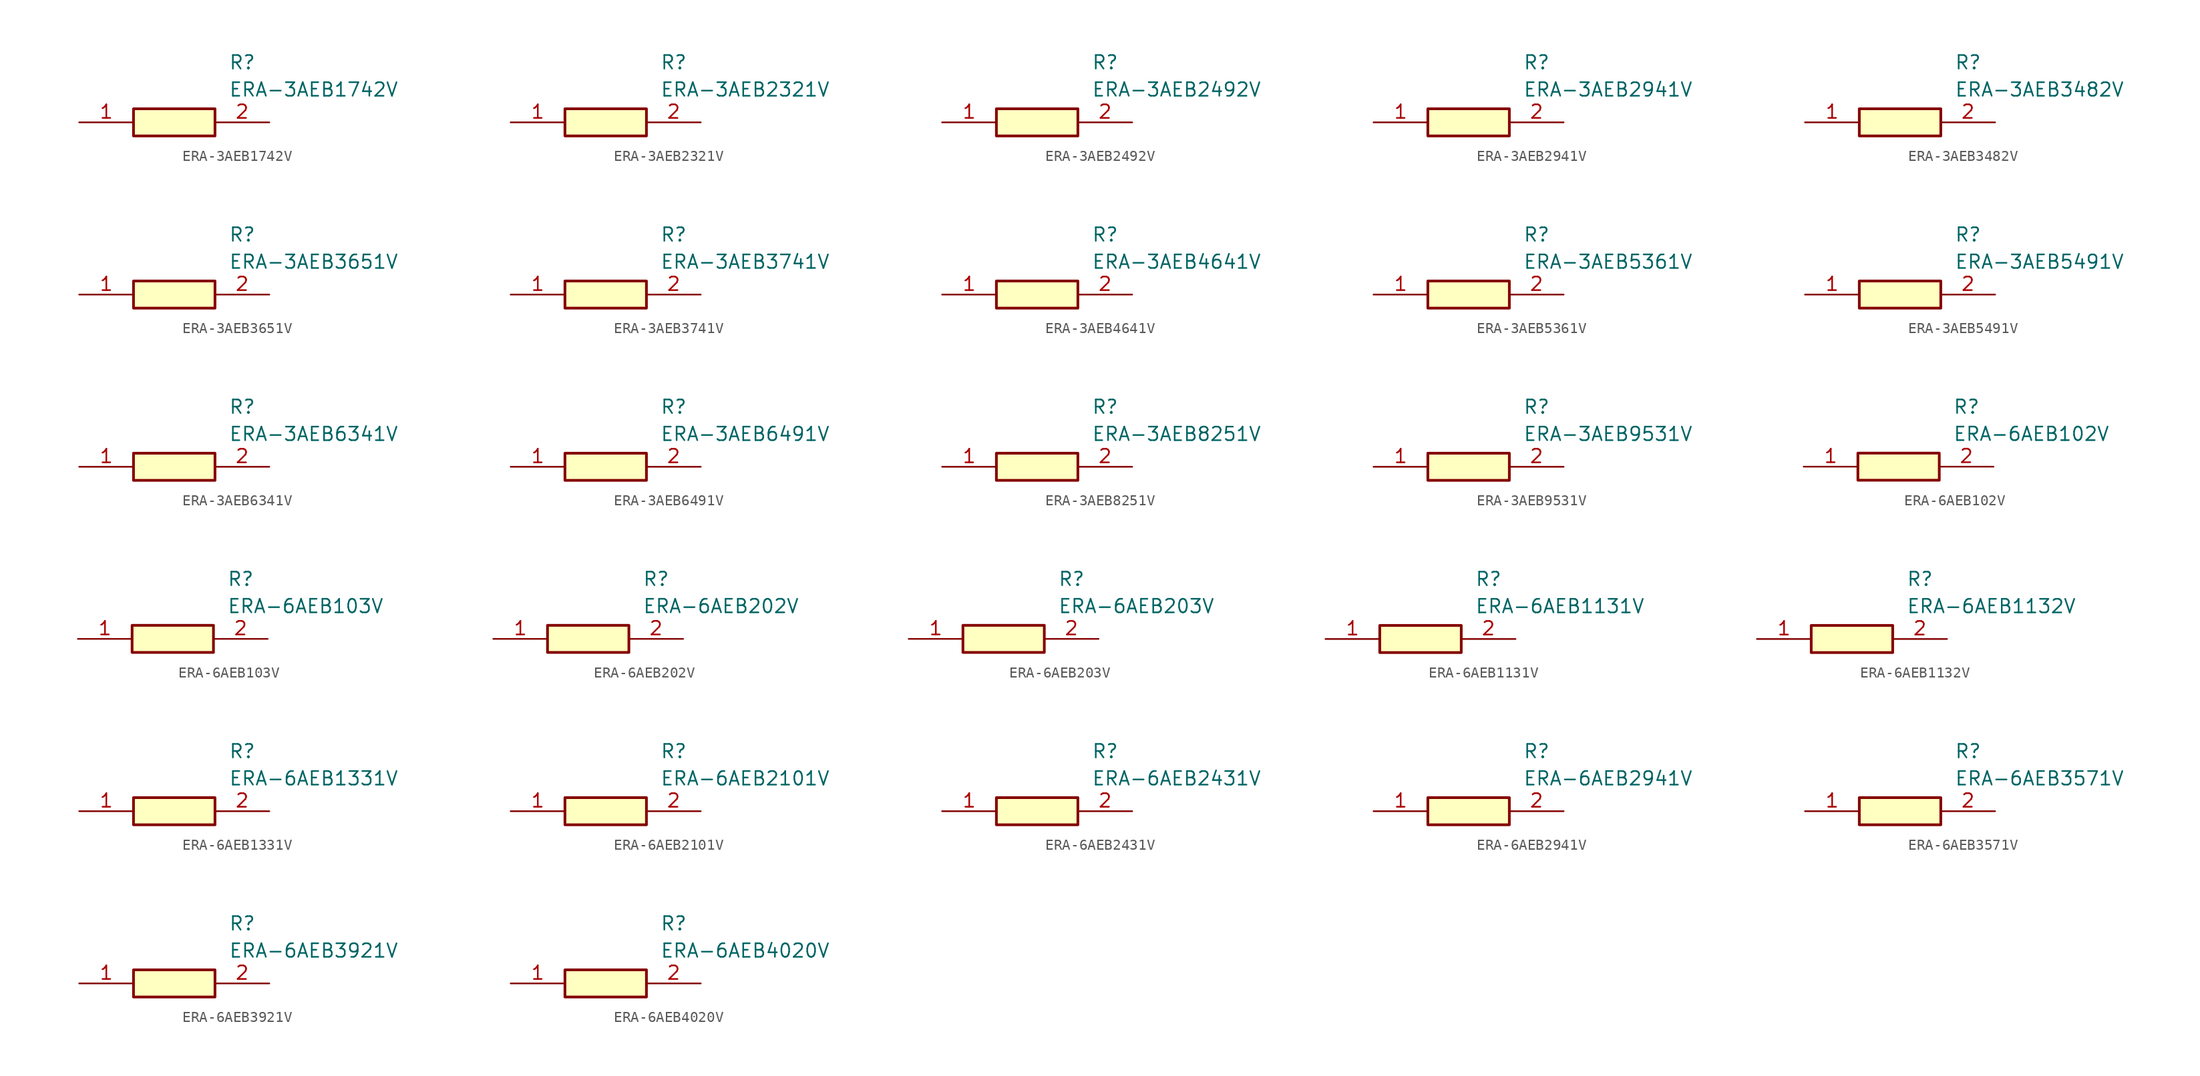
<source format=kicad_sym>
(kicad_symbol_lib
  (version 20231120)
  (generator "kicad_symbol_editor")
  (generator_version "8.0")
  (symbol "ERA-3AEB1742V"
    (pin_names hide)
    (property "Reference" "R"
      (at 13.97 6.35 0)
      (effects (font (size 1.27 1.27)) (justify left top)))
    (property "Value" "ERA-3AEB1742V"
      (at 13.97 3.81 0)
      (effects (font (size 1.27 1.27)) (justify left top)))
    (symbol "ERA-3AEB1742V_1_1"
      (rectangle (start 5.08 1.27) (end 12.7 -1.27) (stroke (width 0.254) (type default)) (fill (type background)))
      (pin passive line (at 0 0 0) (length 5.08) (name "1" (effects (font (size 1.27 1.27)))) (number "1" (effects (font (size 1.27 1.27)))))
      (pin passive line (at 17.78 0 180) (length 5.08) (name "2" (effects (font (size 1.27 1.27)))) (number "2" (effects (font (size 1.27 1.27)))))))
  (symbol "ERA-3AEB2321V"
    (pin_names hide)
    (property "Reference" "R"
      (at 13.97 6.35 0)
      (effects (font (size 1.27 1.27)) (justify left top)))
    (property "Value" "ERA-3AEB2321V"
      (at 13.97 3.81 0)
      (effects (font (size 1.27 1.27)) (justify left top)))
    (symbol "ERA-3AEB2321V_1_1"
      (rectangle (start 5.08 1.27) (end 12.7 -1.27) (stroke (width 0.254) (type default)) (fill (type background)))
      (pin passive line (at 0 0 0) (length 5.08) (name "1" (effects (font (size 1.27 1.27)))) (number "1" (effects (font (size 1.27 1.27)))))
      (pin passive line (at 17.78 0 180) (length 5.08) (name "2" (effects (font (size 1.27 1.27)))) (number "2" (effects (font (size 1.27 1.27)))))))
  (symbol "ERA-3AEB2492V"
    (pin_names hide)
    (property "Reference" "R"
      (at 13.97 6.35 0)
      (effects (font (size 1.27 1.27)) (justify left top)))
    (property "Value" "ERA-3AEB2492V"
      (at 13.97 3.81 0)
      (effects (font (size 1.27 1.27)) (justify left top)))
    (symbol "ERA-3AEB2492V_1_1"
      (rectangle (start 5.08 1.27) (end 12.7 -1.27) (stroke (width 0.254) (type default)) (fill (type background)))
      (pin passive line (at 0 0 0) (length 5.08) (name "1" (effects (font (size 1.27 1.27)))) (number "1" (effects (font (size 1.27 1.27)))))
      (pin passive line (at 17.78 0 180) (length 5.08) (name "2" (effects (font (size 1.27 1.27)))) (number "2" (effects (font (size 1.27 1.27)))))))
  (symbol "ERA-3AEB2941V"
    (pin_names hide)
    (property "Reference" "R"
      (at 13.97 6.35 0)
      (effects (font (size 1.27 1.27)) (justify left top)))
    (property "Value" "ERA-3AEB2941V"
      (at 13.97 3.81 0)
      (effects (font (size 1.27 1.27)) (justify left top)))
    (symbol "ERA-3AEB2941V_1_1"
      (rectangle (start 5.08 1.27) (end 12.7 -1.27) (stroke (width 0.254) (type default)) (fill (type background)))
      (pin passive line (at 0 0 0) (length 5.08) (name "1" (effects (font (size 1.27 1.27)))) (number "1" (effects (font (size 1.27 1.27)))))
      (pin passive line (at 17.78 0 180) (length 5.08) (name "2" (effects (font (size 1.27 1.27)))) (number "2" (effects (font (size 1.27 1.27)))))))
  (symbol "ERA-3AEB3482V"
    (pin_names hide)
    (property "Reference" "R"
      (at 13.97 6.35 0)
      (effects (font (size 1.27 1.27)) (justify left top)))
    (property "Value" "ERA-3AEB3482V"
      (at 13.97 3.81 0)
      (effects (font (size 1.27 1.27)) (justify left top)))
    (symbol "ERA-3AEB3482V_1_1"
      (rectangle (start 5.08 1.27) (end 12.7 -1.27) (stroke (width 0.254) (type default)) (fill (type background)))
      (pin passive line (at 0 0 0) (length 5.08) (name "1" (effects (font (size 1.27 1.27)))) (number "1" (effects (font (size 1.27 1.27)))))
      (pin passive line (at 17.78 0 180) (length 5.08) (name "2" (effects (font (size 1.27 1.27)))) (number "2" (effects (font (size 1.27 1.27)))))))
  (symbol "ERA-3AEB3651V"
    (pin_names hide)
    (property "Reference" "R"
      (at 13.97 6.35 0)
      (effects (font (size 1.27 1.27)) (justify left top)))
    (property "Value" "ERA-3AEB3651V"
      (at 13.97 3.81 0)
      (effects (font (size 1.27 1.27)) (justify left top)))
    (symbol "ERA-3AEB3651V_1_1"
      (rectangle (start 5.08 1.27) (end 12.7 -1.27) (stroke (width 0.254) (type default)) (fill (type background)))
      (pin passive line (at 0 0 0) (length 5.08) (name "1" (effects (font (size 1.27 1.27)))) (number "1" (effects (font (size 1.27 1.27)))))
      (pin passive line (at 17.78 0 180) (length 5.08) (name "2" (effects (font (size 1.27 1.27)))) (number "2" (effects (font (size 1.27 1.27)))))))
  (symbol "ERA-3AEB3741V"
    (pin_names hide)
    (property "Reference" "R"
      (at 13.97 6.35 0)
      (effects (font (size 1.27 1.27)) (justify left top)))
    (property "Value" "ERA-3AEB3741V"
      (at 13.97 3.81 0)
      (effects (font (size 1.27 1.27)) (justify left top)))
    (symbol "ERA-3AEB3741V_1_1"
      (rectangle (start 5.08 1.27) (end 12.7 -1.27) (stroke (width 0.254) (type default)) (fill (type background)))
      (pin passive line (at 0 0 0) (length 5.08) (name "1" (effects (font (size 1.27 1.27)))) (number "1" (effects (font (size 1.27 1.27)))))
      (pin passive line (at 17.78 0 180) (length 5.08) (name "2" (effects (font (size 1.27 1.27)))) (number "2" (effects (font (size 1.27 1.27)))))))
  (symbol "ERA-3AEB4641V"
    (pin_names hide)
    (property "Reference" "R"
      (at 13.97 6.35 0)
      (effects (font (size 1.27 1.27)) (justify left top)))
    (property "Value" "ERA-3AEB4641V"
      (at 13.97 3.81 0)
      (effects (font (size 1.27 1.27)) (justify left top)))
    (symbol "ERA-3AEB4641V_1_1"
      (rectangle (start 5.08 1.27) (end 12.7 -1.27) (stroke (width 0.254) (type default)) (fill (type background)))
      (pin passive line (at 0 0 0) (length 5.08) (name "1" (effects (font (size 1.27 1.27)))) (number "1" (effects (font (size 1.27 1.27)))))
      (pin passive line (at 17.78 0 180) (length 5.08) (name "2" (effects (font (size 1.27 1.27)))) (number "2" (effects (font (size 1.27 1.27)))))))
  (symbol "ERA-3AEB5361V"
    (pin_names hide)
    (property "Reference" "R"
      (at 13.97 6.35 0)
      (effects (font (size 1.27 1.27)) (justify left top)))
    (property "Value" "ERA-3AEB5361V"
      (at 13.97 3.81 0)
      (effects (font (size 1.27 1.27)) (justify left top)))
    (symbol "ERA-3AEB5361V_1_1"
      (rectangle (start 5.08 1.27) (end 12.7 -1.27) (stroke (width 0.254) (type default)) (fill (type background)))
      (pin passive line (at 0 0 0) (length 5.08) (name "1" (effects (font (size 1.27 1.27)))) (number "1" (effects (font (size 1.27 1.27)))))
      (pin passive line (at 17.78 0 180) (length 5.08) (name "2" (effects (font (size 1.27 1.27)))) (number "2" (effects (font (size 1.27 1.27)))))))
  (symbol "ERA-3AEB5491V"
    (pin_names hide)
    (property "Reference" "R"
      (at 13.97 6.35 0)
      (effects (font (size 1.27 1.27)) (justify left top)))
    (property "Value" "ERA-3AEB5491V"
      (at 13.97 3.81 0)
      (effects (font (size 1.27 1.27)) (justify left top)))
    (symbol "ERA-3AEB5491V_1_1"
      (rectangle (start 5.08 1.27) (end 12.7 -1.27) (stroke (width 0.254) (type default)) (fill (type background)))
      (pin passive line (at 0 0 0) (length 5.08) (name "1" (effects (font (size 1.27 1.27)))) (number "1" (effects (font (size 1.27 1.27)))))
      (pin passive line (at 17.78 0 180) (length 5.08) (name "2" (effects (font (size 1.27 1.27)))) (number "2" (effects (font (size 1.27 1.27)))))))
  (symbol "ERA-3AEB6341V"
    (pin_names hide)
    (property "Reference" "R"
      (at 13.97 6.35 0)
      (effects (font (size 1.27 1.27)) (justify left top)))
    (property "Value" "ERA-3AEB6341V"
      (at 13.97 3.81 0)
      (effects (font (size 1.27 1.27)) (justify left top)))
    (symbol "ERA-3AEB6341V_1_1"
      (rectangle (start 5.08 1.27) (end 12.7 -1.27) (stroke (width 0.254) (type default)) (fill (type background)))
      (pin passive line (at 0 0 0) (length 5.08) (name "1" (effects (font (size 1.27 1.27)))) (number "1" (effects (font (size 1.27 1.27)))))
      (pin passive line (at 17.78 0 180) (length 5.08) (name "2" (effects (font (size 1.27 1.27)))) (number "2" (effects (font (size 1.27 1.27)))))))
  (symbol "ERA-3AEB6491V"
    (pin_names hide)
    (property "Reference" "R"
      (at 13.97 6.35 0)
      (effects (font (size 1.27 1.27)) (justify left top)))
    (property "Value" "ERA-3AEB6491V"
      (at 13.97 3.81 0)
      (effects (font (size 1.27 1.27)) (justify left top)))
    (symbol "ERA-3AEB6491V_1_1"
      (rectangle (start 5.08 1.27) (end 12.7 -1.27) (stroke (width 0.254) (type default)) (fill (type background)))
      (pin passive line (at 0 0 0) (length 5.08) (name "1" (effects (font (size 1.27 1.27)))) (number "1" (effects (font (size 1.27 1.27)))))
      (pin passive line (at 17.78 0 180) (length 5.08) (name "2" (effects (font (size 1.27 1.27)))) (number "2" (effects (font (size 1.27 1.27)))))))
  (symbol "ERA-3AEB8251V"
    (pin_names hide)
    (property "Reference" "R"
      (at 13.97 6.35 0)
      (effects (font (size 1.27 1.27)) (justify left top)))
    (property "Value" "ERA-3AEB8251V"
      (at 13.97 3.81 0)
      (effects (font (size 1.27 1.27)) (justify left top)))
    (symbol "ERA-3AEB8251V_1_1"
      (rectangle (start 5.08 1.27) (end 12.7 -1.27) (stroke (width 0.254) (type default)) (fill (type background)))
      (pin passive line (at 0 0 0) (length 5.08) (name "1" (effects (font (size 1.27 1.27)))) (number "1" (effects (font (size 1.27 1.27)))))
      (pin passive line (at 17.78 0 180) (length 5.08) (name "2" (effects (font (size 1.27 1.27)))) (number "2" (effects (font (size 1.27 1.27)))))))
  (symbol "ERA-3AEB9531V"
    (pin_names hide)
    (property "Reference" "R"
      (at 13.97 6.35 0)
      (effects (font (size 1.27 1.27)) (justify left top)))
    (property "Value" "ERA-3AEB9531V"
      (at 13.97 3.81 0)
      (effects (font (size 1.27 1.27)) (justify left top)))
    (symbol "ERA-3AEB9531V_1_1"
      (rectangle (start 5.08 1.27) (end 12.7 -1.27) (stroke (width 0.254) (type default)) (fill (type background)))
      (pin passive line (at 0 0 0) (length 5.08) (name "1" (effects (font (size 1.27 1.27)))) (number "1" (effects (font (size 1.27 1.27)))))
      (pin passive line (at 17.78 0 180) (length 5.08) (name "2" (effects (font (size 1.27 1.27)))) (number "2" (effects (font (size 1.27 1.27)))))))
  (symbol "ERA-6AEB102V"
    (pin_names hide)
    (property "Reference" "R"
      (at 13.97 6.35 0)
      (effects (font (size 1.27 1.27)) (justify left top)))
    (property "Value" "ERA-6AEB102V"
      (at 13.97 3.81 0)
      (effects (font (size 1.27 1.27)) (justify left top)))
    (symbol "ERA-6AEB102V_1_1"
      (rectangle (start 5.08 1.27) (end 12.7 -1.27) (stroke (width 0.254) (type default)) (fill (type background)))
      (pin passive line (at 0 0 0) (length 5.08) (name "1" (effects (font (size 1.27 1.27)))) (number "1" (effects (font (size 1.27 1.27)))))
      (pin passive line (at 17.78 0 180) (length 5.08) (name "2" (effects (font (size 1.27 1.27)))) (number "2" (effects (font (size 1.27 1.27)))))))
  (symbol "ERA-6AEB103V"
    (pin_names hide)
    (property "Reference" "R"
      (at 13.97 6.35 0)
      (effects (font (size 1.27 1.27)) (justify left top)))
    (property "Value" "ERA-6AEB103V"
      (at 13.97 3.81 0)
      (effects (font (size 1.27 1.27)) (justify left top)))
    (symbol "ERA-6AEB103V_1_1"
      (rectangle (start 5.08 1.27) (end 12.7 -1.27) (stroke (width 0.254) (type default)) (fill (type background)))
      (pin passive line (at 0 0 0) (length 5.08) (name "1" (effects (font (size 1.27 1.27)))) (number "1" (effects (font (size 1.27 1.27)))))
      (pin passive line (at 17.78 0 180) (length 5.08) (name "2" (effects (font (size 1.27 1.27)))) (number "2" (effects (font (size 1.27 1.27)))))))
  (symbol "ERA-6AEB202V"
    (pin_names hide)
    (property "Reference" "R"
      (at 13.97 6.35 0)
      (effects (font (size 1.27 1.27)) (justify left top)))
    (property "Value" "ERA-6AEB202V"
      (at 13.97 3.81 0)
      (effects (font (size 1.27 1.27)) (justify left top)))
    (symbol "ERA-6AEB202V_1_1"
      (rectangle (start 5.08 1.27) (end 12.7 -1.27) (stroke (width 0.254) (type default)) (fill (type background)))
      (pin passive line (at 0 0 0) (length 5.08) (name "1" (effects (font (size 1.27 1.27)))) (number "1" (effects (font (size 1.27 1.27)))))
      (pin passive line (at 17.78 0 180) (length 5.08) (name "2" (effects (font (size 1.27 1.27)))) (number "2" (effects (font (size 1.27 1.27)))))))
  (symbol "ERA-6AEB203V"
    (pin_names hide)
    (property "Reference" "R"
      (at 13.97 6.35 0)
      (effects (font (size 1.27 1.27)) (justify left top)))
    (property "Value" "ERA-6AEB203V"
      (at 13.97 3.81 0)
      (effects (font (size 1.27 1.27)) (justify left top)))
    (symbol "ERA-6AEB203V_1_1"
      (rectangle (start 5.08 1.27) (end 12.7 -1.27) (stroke (width 0.254) (type default)) (fill (type background)))
      (pin passive line (at 0 0 0) (length 5.08) (name "1" (effects (font (size 1.27 1.27)))) (number "1" (effects (font (size 1.27 1.27)))))
      (pin passive line (at 17.78 0 180) (length 5.08) (name "2" (effects (font (size 1.27 1.27)))) (number "2" (effects (font (size 1.27 1.27)))))))
  (symbol "ERA-6AEB1131V"
    (pin_names hide)
    (property "Reference" "R"
      (at 13.97 6.35 0)
      (effects (font (size 1.27 1.27)) (justify left top)))
    (property "Value" "ERA-6AEB1131V"
      (at 13.97 3.81 0)
      (effects (font (size 1.27 1.27)) (justify left top)))
    (symbol "ERA-6AEB1131V_1_1"
      (rectangle (start 5.08 1.27) (end 12.7 -1.27) (stroke (width 0.254) (type default)) (fill (type background)))
      (pin passive line (at 0 0 0) (length 5.08) (name "1" (effects (font (size 1.27 1.27)))) (number "1" (effects (font (size 1.27 1.27)))))
      (pin passive line (at 17.78 0 180) (length 5.08) (name "2" (effects (font (size 1.27 1.27)))) (number "2" (effects (font (size 1.27 1.27)))))))
  (symbol "ERA-6AEB1132V"
    (pin_names hide)
    (property "Reference" "R"
      (at 13.97 6.35 0)
      (effects (font (size 1.27 1.27)) (justify left top)))
    (property "Value" "ERA-6AEB1132V"
      (at 13.97 3.81 0)
      (effects (font (size 1.27 1.27)) (justify left top)))
    (symbol "ERA-6AEB1132V_1_1"
      (rectangle (start 5.08 1.27) (end 12.7 -1.27) (stroke (width 0.254) (type default)) (fill (type background)))
      (pin passive line (at 0 0 0) (length 5.08) (name "1" (effects (font (size 1.27 1.27)))) (number "1" (effects (font (size 1.27 1.27)))))
      (pin passive line (at 17.78 0 180) (length 5.08) (name "2" (effects (font (size 1.27 1.27)))) (number "2" (effects (font (size 1.27 1.27)))))))
  (symbol "ERA-6AEB1331V"
    (pin_names hide)
    (property "Reference" "R"
      (at 13.97 6.35 0)
      (effects (font (size 1.27 1.27)) (justify left top)))
    (property "Value" "ERA-6AEB1331V"
      (at 13.97 3.81 0)
      (effects (font (size 1.27 1.27)) (justify left top)))
    (symbol "ERA-6AEB1331V_1_1"
      (rectangle (start 5.08 1.27) (end 12.7 -1.27) (stroke (width 0.254) (type default)) (fill (type background)))
      (pin passive line (at 0 0 0) (length 5.08) (name "1" (effects (font (size 1.27 1.27)))) (number "1" (effects (font (size 1.27 1.27)))))
      (pin passive line (at 17.78 0 180) (length 5.08) (name "2" (effects (font (size 1.27 1.27)))) (number "2" (effects (font (size 1.27 1.27)))))))
  (symbol "ERA-6AEB2101V"
    (pin_names hide)
    (property "Reference" "R"
      (at 13.97 6.35 0)
      (effects (font (size 1.27 1.27)) (justify left top)))
    (property "Value" "ERA-6AEB2101V"
      (at 13.97 3.81 0)
      (effects (font (size 1.27 1.27)) (justify left top)))
    (symbol "ERA-6AEB2101V_1_1"
      (rectangle (start 5.08 1.27) (end 12.7 -1.27) (stroke (width 0.254) (type default)) (fill (type background)))
      (pin passive line (at 0 0 0) (length 5.08) (name "1" (effects (font (size 1.27 1.27)))) (number "1" (effects (font (size 1.27 1.27)))))
      (pin passive line (at 17.78 0 180) (length 5.08) (name "2" (effects (font (size 1.27 1.27)))) (number "2" (effects (font (size 1.27 1.27)))))))
  (symbol "ERA-6AEB2431V"
    (pin_names hide)
    (property "Reference" "R"
      (at 13.97 6.35 0)
      (effects (font (size 1.27 1.27)) (justify left top)))
    (property "Value" "ERA-6AEB2431V"
      (at 13.97 3.81 0)
      (effects (font (size 1.27 1.27)) (justify left top)))
    (symbol "ERA-6AEB2431V_1_1"
      (rectangle (start 5.08 1.27) (end 12.7 -1.27) (stroke (width 0.254) (type default)) (fill (type background)))
      (pin passive line (at 0 0 0) (length 5.08) (name "1" (effects (font (size 1.27 1.27)))) (number "1" (effects (font (size 1.27 1.27)))))
      (pin passive line (at 17.78 0 180) (length 5.08) (name "2" (effects (font (size 1.27 1.27)))) (number "2" (effects (font (size 1.27 1.27)))))))
  (symbol "ERA-6AEB2941V"
    (pin_names hide)
    (property "Reference" "R"
      (at 13.97 6.35 0)
      (effects (font (size 1.27 1.27)) (justify left top)))
    (property "Value" "ERA-6AEB2941V"
      (at 13.97 3.81 0)
      (effects (font (size 1.27 1.27)) (justify left top)))
    (symbol "ERA-6AEB2941V_1_1"
      (rectangle (start 5.08 1.27) (end 12.7 -1.27) (stroke (width 0.254) (type default)) (fill (type background)))
      (pin passive line (at 0 0 0) (length 5.08) (name "1" (effects (font (size 1.27 1.27)))) (number "1" (effects (font (size 1.27 1.27)))))
      (pin passive line (at 17.78 0 180) (length 5.08) (name "2" (effects (font (size 1.27 1.27)))) (number "2" (effects (font (size 1.27 1.27)))))))
  (symbol "ERA-6AEB3571V"
    (pin_names hide)
    (property "Reference" "R"
      (at 13.97 6.35 0)
      (effects (font (size 1.27 1.27)) (justify left top)))
    (property "Value" "ERA-6AEB3571V"
      (at 13.97 3.81 0)
      (effects (font (size 1.27 1.27)) (justify left top)))
    (symbol "ERA-6AEB3571V_1_1"
      (rectangle (start 5.08 1.27) (end 12.7 -1.27) (stroke (width 0.254) (type default)) (fill (type background)))
      (pin passive line (at 0 0 0) (length 5.08) (name "1" (effects (font (size 1.27 1.27)))) (number "1" (effects (font (size 1.27 1.27)))))
      (pin passive line (at 17.78 0 180) (length 5.08) (name "2" (effects (font (size 1.27 1.27)))) (number "2" (effects (font (size 1.27 1.27)))))))
  (symbol "ERA-6AEB3921V"
    (pin_names hide)
    (property "Reference" "R"
      (at 13.97 6.35 0)
      (effects (font (size 1.27 1.27)) (justify left top)))
    (property "Value" "ERA-6AEB3921V"
      (at 13.97 3.81 0)
      (effects (font (size 1.27 1.27)) (justify left top)))
    (symbol "ERA-6AEB3921V_1_1"
      (rectangle (start 5.08 1.27) (end 12.7 -1.27) (stroke (width 0.254) (type default)) (fill (type background)))
      (pin passive line (at 0 0 0) (length 5.08) (name "1" (effects (font (size 1.27 1.27)))) (number "1" (effects (font (size 1.27 1.27)))))
      (pin passive line (at 17.78 0 180) (length 5.08) (name "2" (effects (font (size 1.27 1.27)))) (number "2" (effects (font (size 1.27 1.27)))))))
  (symbol "ERA-6AEB4020V"
    (pin_names hide)
    (property "Reference" "R"
      (at 13.97 6.35 0)
      (effects (font (size 1.27 1.27)) (justify left top)))
    (property "Value" "ERA-6AEB4020V"
      (at 13.97 3.81 0)
      (effects (font (size 1.27 1.27)) (justify left top)))
    (symbol "ERA-6AEB4020V_1_1"
      (rectangle (start 5.08 1.27) (end 12.7 -1.27) (stroke (width 0.254) (type default)) (fill (type background)))
      (pin passive line (at 0 0 0) (length 5.08) (name "1" (effects (font (size 1.27 1.27)))) (number "1" (effects (font (size 1.27 1.27)))))
      (pin passive line (at 17.78 0 180) (length 5.08) (name "2" (effects (font (size 1.27 1.27)))) (number "2" (effects (font (size 1.27 1.27))))))))
</source>
